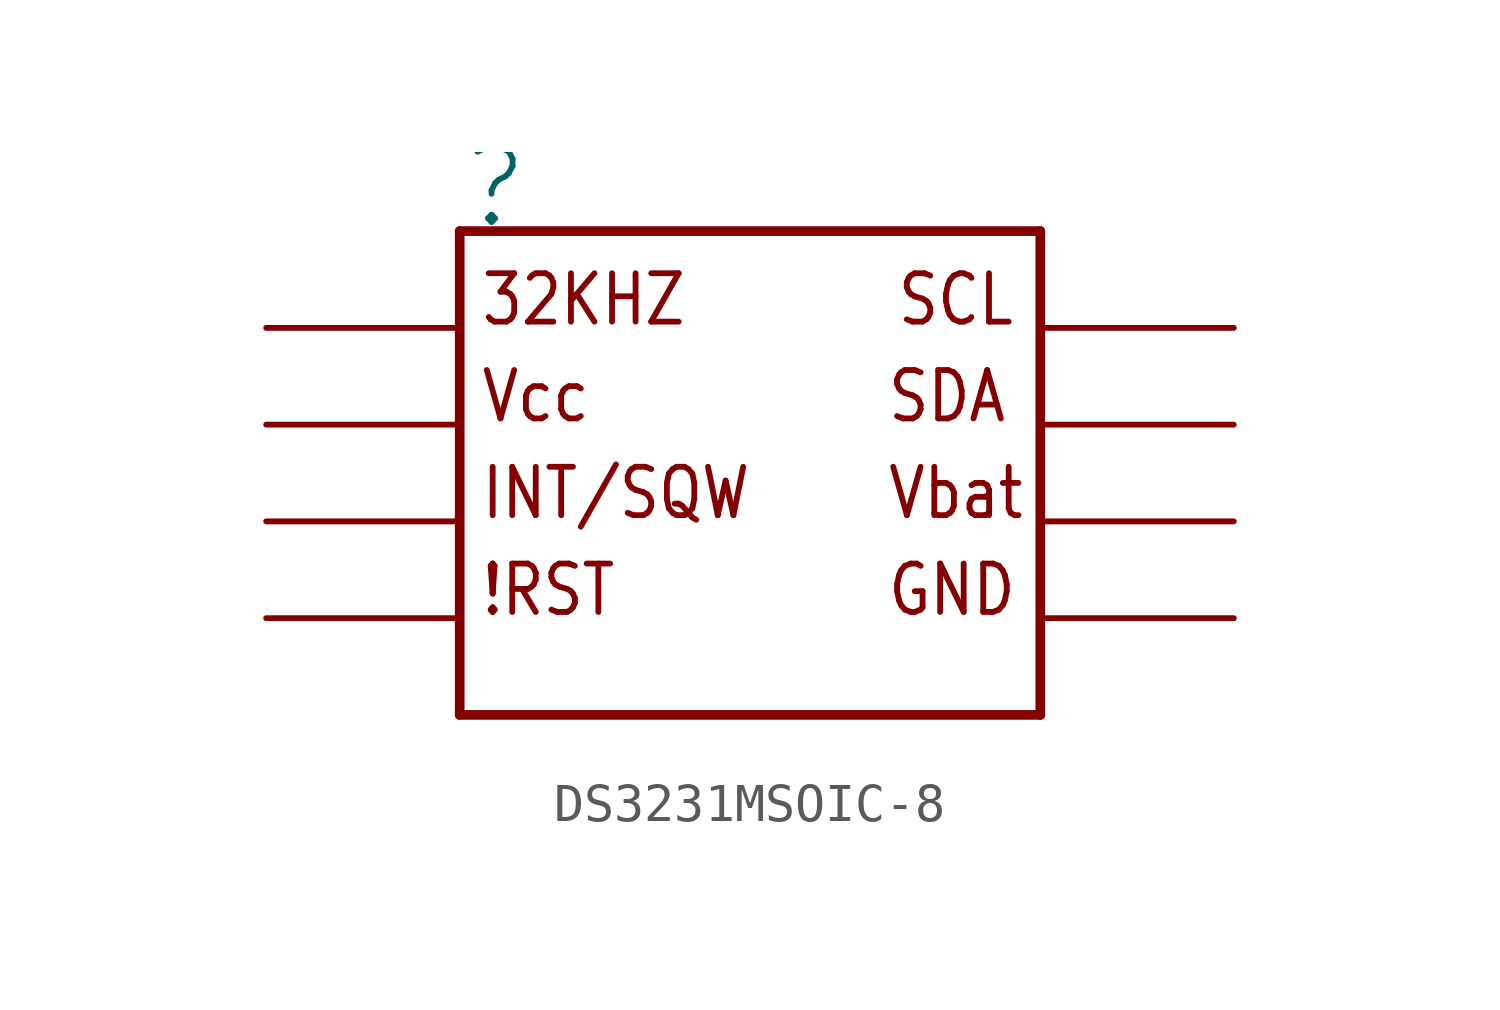
<source format=kicad_sym>
(kicad_symbol_lib
  (version 20211014)
  (generator kicad_symbol_editor)
  (symbol "DS3231MSOIC-8"
    (property "Reference" ""
      (at -7.62 7.62 0)
      (effects (font (size 1.93 1.93)) (justify left bottom)))
    (property "ki_locked" ""
      (at 0 0 0)
      (effects (font (size 1.27 1.27))))
    (symbol "DS3231MSOIC-8_1_0"
      (polyline (pts (xy -7.62 -5.08) (xy 7.62 -5.08)) (stroke (width 0.254) (type default) (color 0 0 0 0)) (fill (type none)))
      (polyline (pts (xy -7.62 7.62) (xy -7.62 -5.08)) (stroke (width 0.254) (type default) (color 0 0 0 0)) (fill (type none)))
      (polyline (pts (xy 7.62 -5.08) (xy 7.62 7.62)) (stroke (width 0.254) (type default) (color 0 0 0 0)) (fill (type none)))
      (polyline (pts (xy 7.62 7.62) (xy -7.62 7.62)) (stroke (width 0.254) (type default) (color 0 0 0 0)) (fill (type none)))
      (text "!RST" (at -7.112 -2.54 0) (effects (font (size 1.27 1.079)) (justify left bottom)))
      (text "32KHZ" (at -7.112 5.08 0) (effects (font (size 1.27 1.079)) (justify left bottom)))
      (text "GND" (at 3.556 -2.54 0) (effects (font (size 1.27 1.079)) (justify left bottom)))
      (text "INT/SQW" (at -7.112 0 0) (effects (font (size 1.27 1.079)) (justify left bottom)))
      (text "SCL" (at 3.81 5.08 0) (effects (font (size 1.27 1.079)) (justify left bottom)))
      (text "SDA" (at 3.556 2.54 0) (effects (font (size 1.27 1.079)) (justify left bottom)))
      (text "Vbat" (at 3.556 0 0) (effects (font (size 1.27 1.079)) (justify left bottom)))
      (text "Vcc" (at -7.112 2.54 0) (effects (font (size 1.27 1.079)) (justify left bottom)))
      (pin bidirectional line (at -12.7 5.08 0) (length 5.08) (name "P$1_32KHZ" (effects (font (size 0 0)))) (number "1" (effects (font (size 0 0)))))
      (pin power_in line (at -12.7 2.54 0) (length 5.08) (name "P$2_VCC" (effects (font (size 0 0)))) (number "2" (effects (font (size 0 0)))))
      (pin bidirectional line (at -12.7 0 0) (length 5.08) (name "P$3_INT" (effects (font (size 0 0)))) (number "3" (effects (font (size 0 0)))))
      (pin bidirectional line (at -12.7 -2.54 0) (length 5.08) (name "P$4_RST" (effects (font (size 0 0)))) (number "4" (effects (font (size 0 0)))))
      (pin power_in line (at 12.7 -2.54 180) (length 5.08) (name "P$5_GND" (effects (font (size 0 0)))) (number "5" (effects (font (size 0 0)))))
      (pin bidirectional line (at 12.7 0 180) (length 5.08) (name "P$6_VBAT" (effects (font (size 0 0)))) (number "6" (effects (font (size 0 0)))))
      (pin bidirectional line (at 12.7 2.54 180) (length 5.08) (name "P$7_SDA" (effects (font (size 0 0)))) (number "7" (effects (font (size 0 0)))))
      (pin bidirectional line (at 12.7 5.08 180) (length 5.08) (name "P$8_SCL" (effects (font (size 0 0)))) (number "8" (effects (font (size 0 0))))))))
</source>
